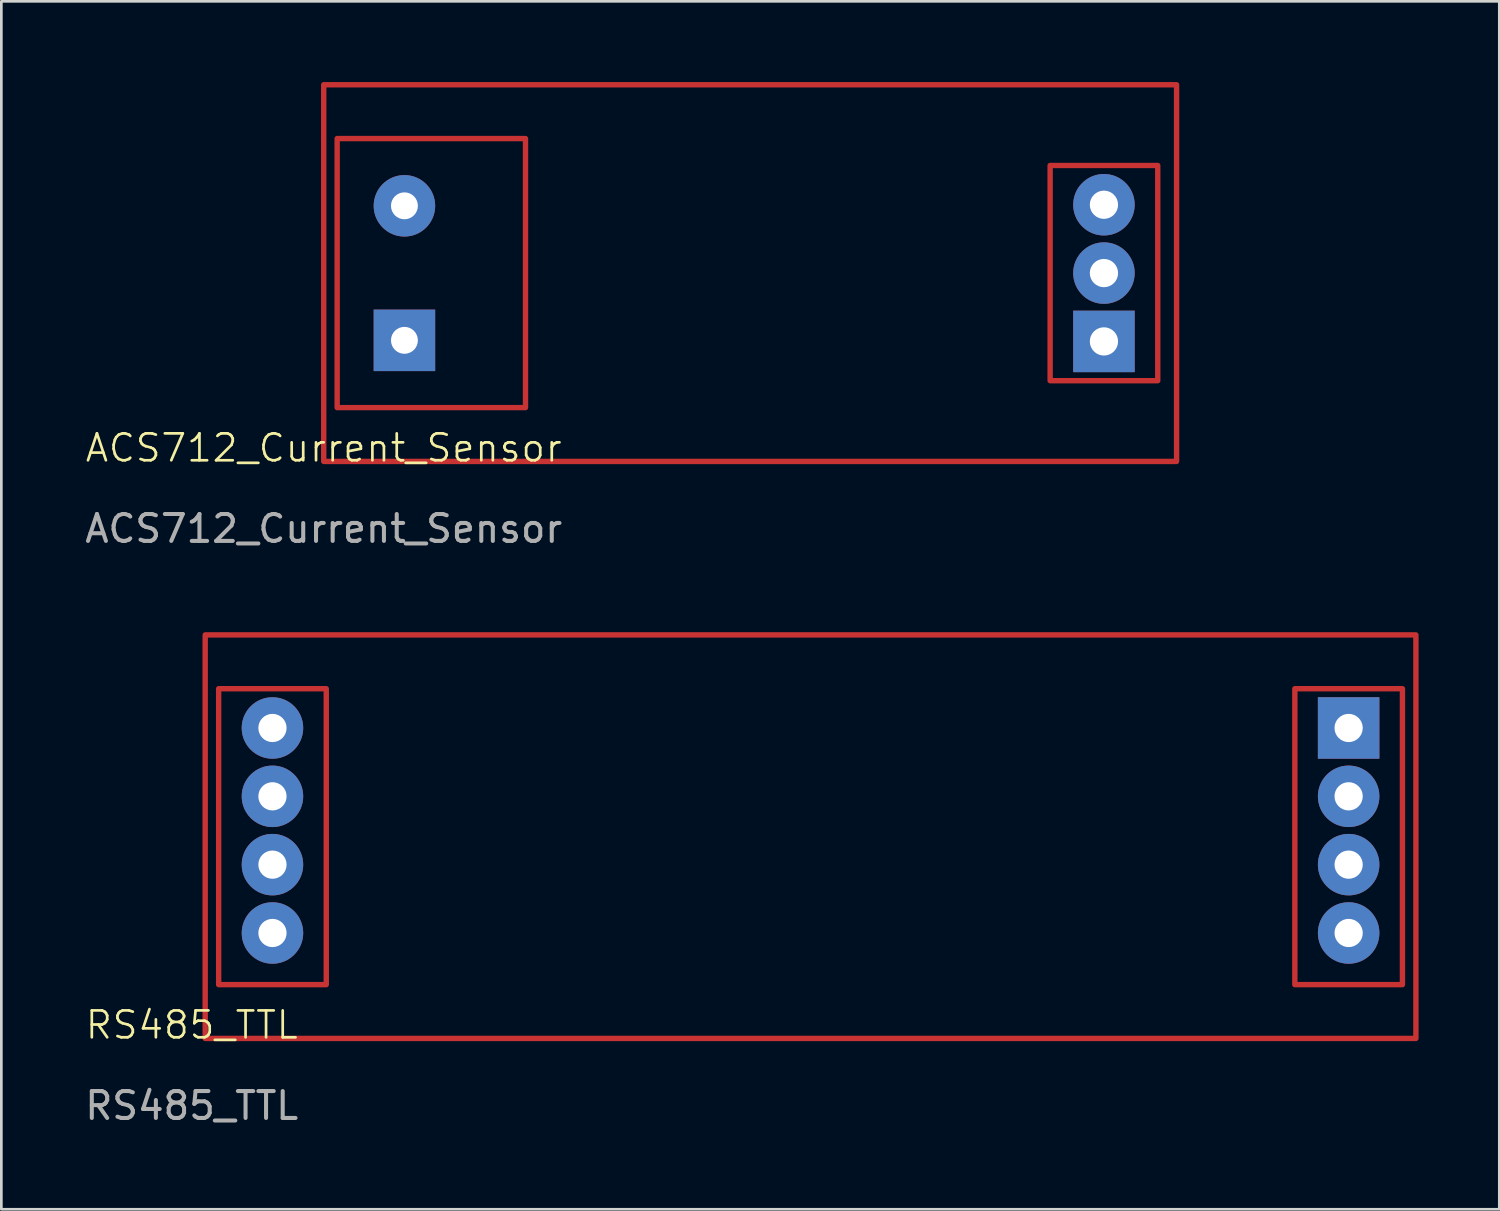
<source format=kicad_pcb>
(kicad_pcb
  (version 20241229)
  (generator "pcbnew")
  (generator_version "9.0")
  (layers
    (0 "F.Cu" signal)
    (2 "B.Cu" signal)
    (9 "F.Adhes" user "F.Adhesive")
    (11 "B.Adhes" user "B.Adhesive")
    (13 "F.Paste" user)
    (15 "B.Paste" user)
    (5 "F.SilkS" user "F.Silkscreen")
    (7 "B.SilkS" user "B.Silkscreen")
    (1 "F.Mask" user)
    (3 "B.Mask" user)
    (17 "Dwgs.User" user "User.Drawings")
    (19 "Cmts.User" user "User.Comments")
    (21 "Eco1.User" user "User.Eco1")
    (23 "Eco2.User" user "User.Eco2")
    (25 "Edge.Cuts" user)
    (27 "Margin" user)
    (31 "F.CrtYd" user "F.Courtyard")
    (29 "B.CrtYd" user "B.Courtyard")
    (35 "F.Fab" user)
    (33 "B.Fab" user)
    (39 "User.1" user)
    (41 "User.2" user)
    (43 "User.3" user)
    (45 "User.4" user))
  (footprint "ACS712_Current_Sensor"
    (layer "F.Cu")
    (at 8.982 14.1)
    (property "Reference" "ACS712_Current_Sensor" (at 0 -0.5 0) (unlocked yes) (layer "F.SilkS") (effects (font (size 1 1) (thickness 0.1))))
    (attr through_hole)
    (fp_rect (start 0 -14) (end 31.7 0) (stroke (width 0.2) (type default)) (fill no) (layer "F.Cu"))
    (fp_rect (start 0.5 -12) (end 7.5 -2) (stroke (width 0.2) (type default)) (fill no) (layer "F.Cu"))
    (fp_rect (start 27 -11) (end 31 -3) (stroke (width 0.2) (type default)) (fill no) (layer "F.Cu"))
    (fp_text user "${REFERENCE}" (at 0 2.5 0) (unlocked yes) (layer "F.Fab") (effects (font (size 1 1) (thickness 0.15))))
    (pad "1" thru_hole rect (at 29 -4.46) (size 2.286 2.286) (drill 1.05) (layers "*.Cu" "*.Mask"))
    (pad "2" thru_hole circle (at 29 -7) (size 2.286 2.286) (drill 1.05) (layers "*.Cu" "*.Mask"))
    (pad "3" thru_hole circle (at 29 -9.54) (size 2.286 2.286) (drill 1.05) (layers "*.Cu" "*.Mask"))
    (pad "5" thru_hole circle (at 3 -9.5) (size 2.286 2.286) (drill 1) (layers "*.Cu" "*.Mask"))
    (pad "6" thru_hole rect (at 3 -4.5) (size 2.286 2.286) (drill 1) (layers "*.Cu" "*.Mask")))
  (footprint "RS485_TTL"
    (layer "F.Cu")
    (at 4.077 35.548)
    (property "Reference" "RS485_TTL" (at 0 -0.5 0) (unlocked yes) (layer "F.SilkS") (effects (font (size 1 1) (thickness 0.1))))
    (attr through_hole)
    (fp_rect (start 0.5 -15) (end 45.5 0) (stroke (width 0.2) (type default)) (fill no) (layer "F.Cu"))
    (fp_rect (start 1 -13) (end 5 -2) (stroke (width 0.2) (type default)) (fill no) (layer "F.Cu"))
    (fp_rect (start 41 -13) (end 45 -2) (stroke (width 0.2) (type default)) (fill no) (layer "F.Cu"))
    (fp_text user "${REFERENCE}" (at 0 2.5 0) (unlocked yes) (layer "F.Fab") (effects (font (size 1 1) (thickness 0.15))))
    (pad "1" thru_hole circle (at 3 -11.54) (size 2.286 2.286) (drill 1.05) (layers "*.Cu" "*.Mask"))
    (pad "2" thru_hole circle (at 3 -9) (size 2.286 2.286) (drill 1.05) (layers "*.Cu" "*.Mask"))
    (pad "3" thru_hole circle (at 3 -6.46) (size 2.286 2.286) (drill 1.05) (layers "*.Cu" "*.Mask"))
    (pad "4" thru_hole circle (at 3 -3.92) (size 2.286 2.286) (drill 1.05) (layers "*.Cu" "*.Mask"))
    (pad "5" thru_hole circle (at 43 -3.92) (size 2.286 2.286) (drill 1.05) (layers "*.Cu" "*.Mask"))
    (pad "6" thru_hole circle (at 43 -6.46) (size 2.286 2.286) (drill 1.05) (layers "*.Cu" "*.Mask"))
    (pad "7" thru_hole circle (at 43 -9) (size 2.286 2.286) (drill 1.05) (layers "*.Cu" "*.Mask"))
    (pad "8" thru_hole rect (at 43 -11.54) (size 2.286 2.286) (drill 1.05) (layers "*.Cu" "*.Mask")))
  (gr_rect
    (start -3 -3)
    (end 52.677 41.897)
    (stroke (width 0.1) (type default))
    (fill no)
    (layer "Edge.Cuts")))
</source>
